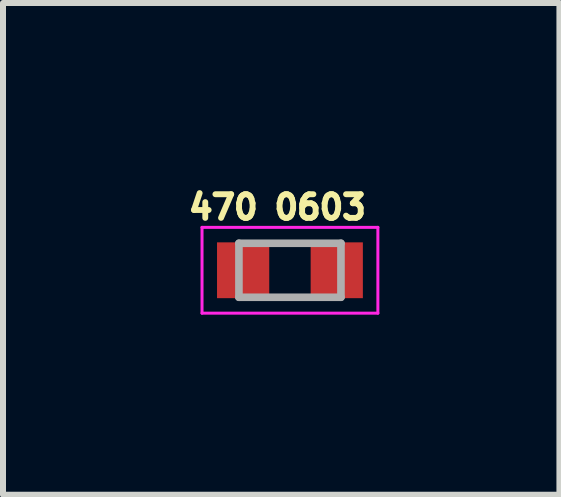
<source format=kicad_pcb>
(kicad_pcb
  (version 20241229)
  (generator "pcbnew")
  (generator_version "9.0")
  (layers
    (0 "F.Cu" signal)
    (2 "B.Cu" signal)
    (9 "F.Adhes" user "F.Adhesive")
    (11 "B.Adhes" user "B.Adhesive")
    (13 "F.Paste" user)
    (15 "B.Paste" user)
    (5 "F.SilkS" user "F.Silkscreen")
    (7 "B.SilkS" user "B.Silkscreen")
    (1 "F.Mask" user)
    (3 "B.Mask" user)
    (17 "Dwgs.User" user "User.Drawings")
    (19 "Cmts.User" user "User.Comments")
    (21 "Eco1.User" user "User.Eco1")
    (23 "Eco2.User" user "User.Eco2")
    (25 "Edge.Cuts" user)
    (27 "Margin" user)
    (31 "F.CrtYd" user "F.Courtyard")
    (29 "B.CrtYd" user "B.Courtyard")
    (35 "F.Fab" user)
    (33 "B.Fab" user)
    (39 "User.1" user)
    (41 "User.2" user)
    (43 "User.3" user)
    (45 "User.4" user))
  (footprint "470 0603"
    (layer "F.Cu")
    (at 1.781 1.453)
    (property "Reference" "470 0603" (at -0.21 -1.05 0) (layer "F.SilkS") (effects (font (size 0.394 0.394) (thickness 0.098))))
    (attr smd)
    (fp_line (start -1.465 -0.715) (end 1.465 -0.715) (stroke (width 0.05) (type solid)) (layer "F.CrtYd"))
    (fp_line (start -1.465 0.715) (end -1.465 -0.715) (stroke (width 0.05) (type solid)) (layer "F.CrtYd"))
    (fp_line (start -1.465 0.715) (end 1.465 0.715) (stroke (width 0.05) (type solid)) (layer "F.CrtYd"))
    (fp_line (start 1.465 0.715) (end 1.465 -0.715) (stroke (width 0.05) (type solid)) (layer "F.CrtYd"))
    (fp_line (start -0.85 0.45) (end -0.85 -0.45) (stroke (width 0.127) (type solid)) (layer "F.Fab"))
    (fp_line (start 0.85 -0.45) (end -0.85 -0.45) (stroke (width 0.127) (type solid)) (layer "F.Fab"))
    (fp_line (start 0.85 0.45) (end -0.85 0.45) (stroke (width 0.127) (type solid)) (layer "F.Fab"))
    (fp_line (start 0.85 0.45) (end 0.85 -0.45) (stroke (width 0.127) (type solid)) (layer "F.Fab"))
    (pad "1" smd rect (at -0.78 0) (size 0.87 0.93) (layers "F.Cu" "F.Mask" "F.Paste"))
    (pad "2" smd rect (at 0.78 0) (size 0.87 0.93) (layers "F.Cu" "F.Mask" "F.Paste")))
  (gr_rect
    (start -3 -3)
    (end 6.271 5.193)
    (stroke (width 0.1) (type default))
    (fill no)
    (layer "Edge.Cuts")))
</source>
